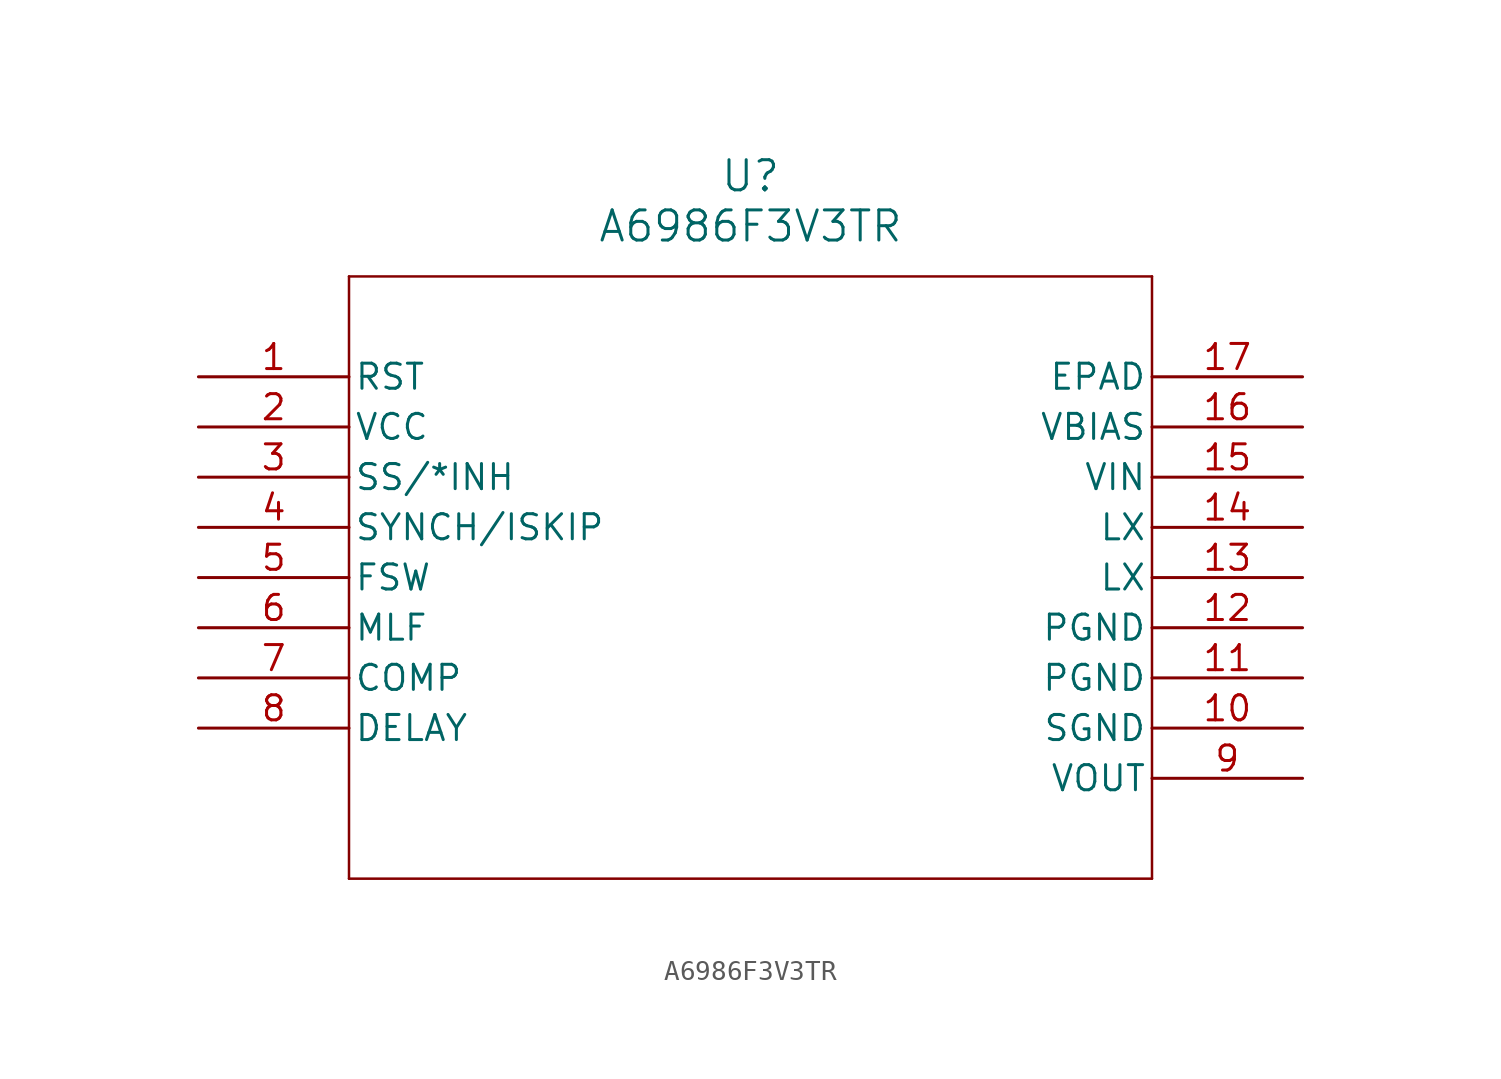
<source format=kicad_sym>
(kicad_symbol_lib
  (version 20211014)
  (generator kicad_symbol_editor)
  (symbol "A6986F3V3TR"
    (pin_names
      (offset 0.254))
    (property "Reference" "U"
      (at 27.94 10.16 0)
      (effects (font (size 1.524 1.524))))
    (property "Value" "A6986F3V3TR"
      (at 27.94 7.62 0)
      (effects (font (size 1.524 1.524))))
    (symbol "A6986F3V3TR_0_1"
      (polyline (pts (xy 7.62 5.08) (xy 7.62 -25.4)) (stroke (width 0.127) (type default) (color 0 0 0 0)) (fill (type none)))
      (polyline (pts (xy 7.62 -25.4) (xy 48.26 -25.4)) (stroke (width 0.127) (type default) (color 0 0 0 0)) (fill (type none)))
      (polyline (pts (xy 48.26 -25.4) (xy 48.26 5.08)) (stroke (width 0.127) (type default) (color 0 0 0 0)) (fill (type none)))
      (polyline (pts (xy 48.26 5.08) (xy 7.62 5.08)) (stroke (width 0.127) (type default) (color 0 0 0 0)) (fill (type none)))
      (pin output line (at 0 0 0) (length 7.62) (name "RST" (effects (font (size 1.27 1.27)))) (number "1" (effects (font (size 1.27 1.27)))))
      (pin power_in line (at 0 -2.54 0) (length 7.62) (name "VCC" (effects (font (size 1.27 1.27)))) (number "2" (effects (font (size 1.27 1.27)))))
      (pin unspecified line (at 0 -5.08 0) (length 7.62) (name "SS/*INH" (effects (font (size 1.27 1.27)))) (number "3" (effects (font (size 1.27 1.27)))))
      (pin unspecified line (at 0 -7.62 0) (length 7.62) (name "SYNCH/ISKIP" (effects (font (size 1.27 1.27)))) (number "4" (effects (font (size 1.27 1.27)))))
      (pin unspecified line (at 0 -10.16 0) (length 7.62) (name "FSW" (effects (font (size 1.27 1.27)))) (number "5" (effects (font (size 1.27 1.27)))))
      (pin unspecified line (at 0 -12.7 0) (length 7.62) (name "MLF" (effects (font (size 1.27 1.27)))) (number "6" (effects (font (size 1.27 1.27)))))
      (pin output line (at 0 -15.24 0) (length 7.62) (name "COMP" (effects (font (size 1.27 1.27)))) (number "7" (effects (font (size 1.27 1.27)))))
      (pin unspecified line (at 0 -17.78 0) (length 7.62) (name "DELAY" (effects (font (size 1.27 1.27)))) (number "8" (effects (font (size 1.27 1.27)))))
      (pin output line (at 55.88 -20.32 180) (length 7.62) (name "VOUT" (effects (font (size 1.27 1.27)))) (number "9" (effects (font (size 1.27 1.27)))))
      (pin power_out line (at 55.88 -17.78 180) (length 7.62) (name "SGND" (effects (font (size 1.27 1.27)))) (number "10" (effects (font (size 1.27 1.27)))))
      (pin power_out line (at 55.88 -15.24 180) (length 7.62) (name "PGND" (effects (font (size 1.27 1.27)))) (number "11" (effects (font (size 1.27 1.27)))))
      (pin power_out line (at 55.88 -12.7 180) (length 7.62) (name "PGND" (effects (font (size 1.27 1.27)))) (number "12" (effects (font (size 1.27 1.27)))))
      (pin unspecified line (at 55.88 -10.16 180) (length 7.62) (name "LX" (effects (font (size 1.27 1.27)))) (number "13" (effects (font (size 1.27 1.27)))))
      (pin unspecified line (at 55.88 -7.62 180) (length 7.62) (name "LX" (effects (font (size 1.27 1.27)))) (number "14" (effects (font (size 1.27 1.27)))))
      (pin input line (at 55.88 -5.08 180) (length 7.62) (name "VIN" (effects (font (size 1.27 1.27)))) (number "15" (effects (font (size 1.27 1.27)))))
      (pin output line (at 55.88 -2.54 180) (length 7.62) (name "VBIAS" (effects (font (size 1.27 1.27)))) (number "16" (effects (font (size 1.27 1.27)))))
      (pin power_out line (at 55.88 0 180) (length 7.62) (name "EPAD" (effects (font (size 1.27 1.27)))) (number "17" (effects (font (size 1.27 1.27))))))))
</source>
